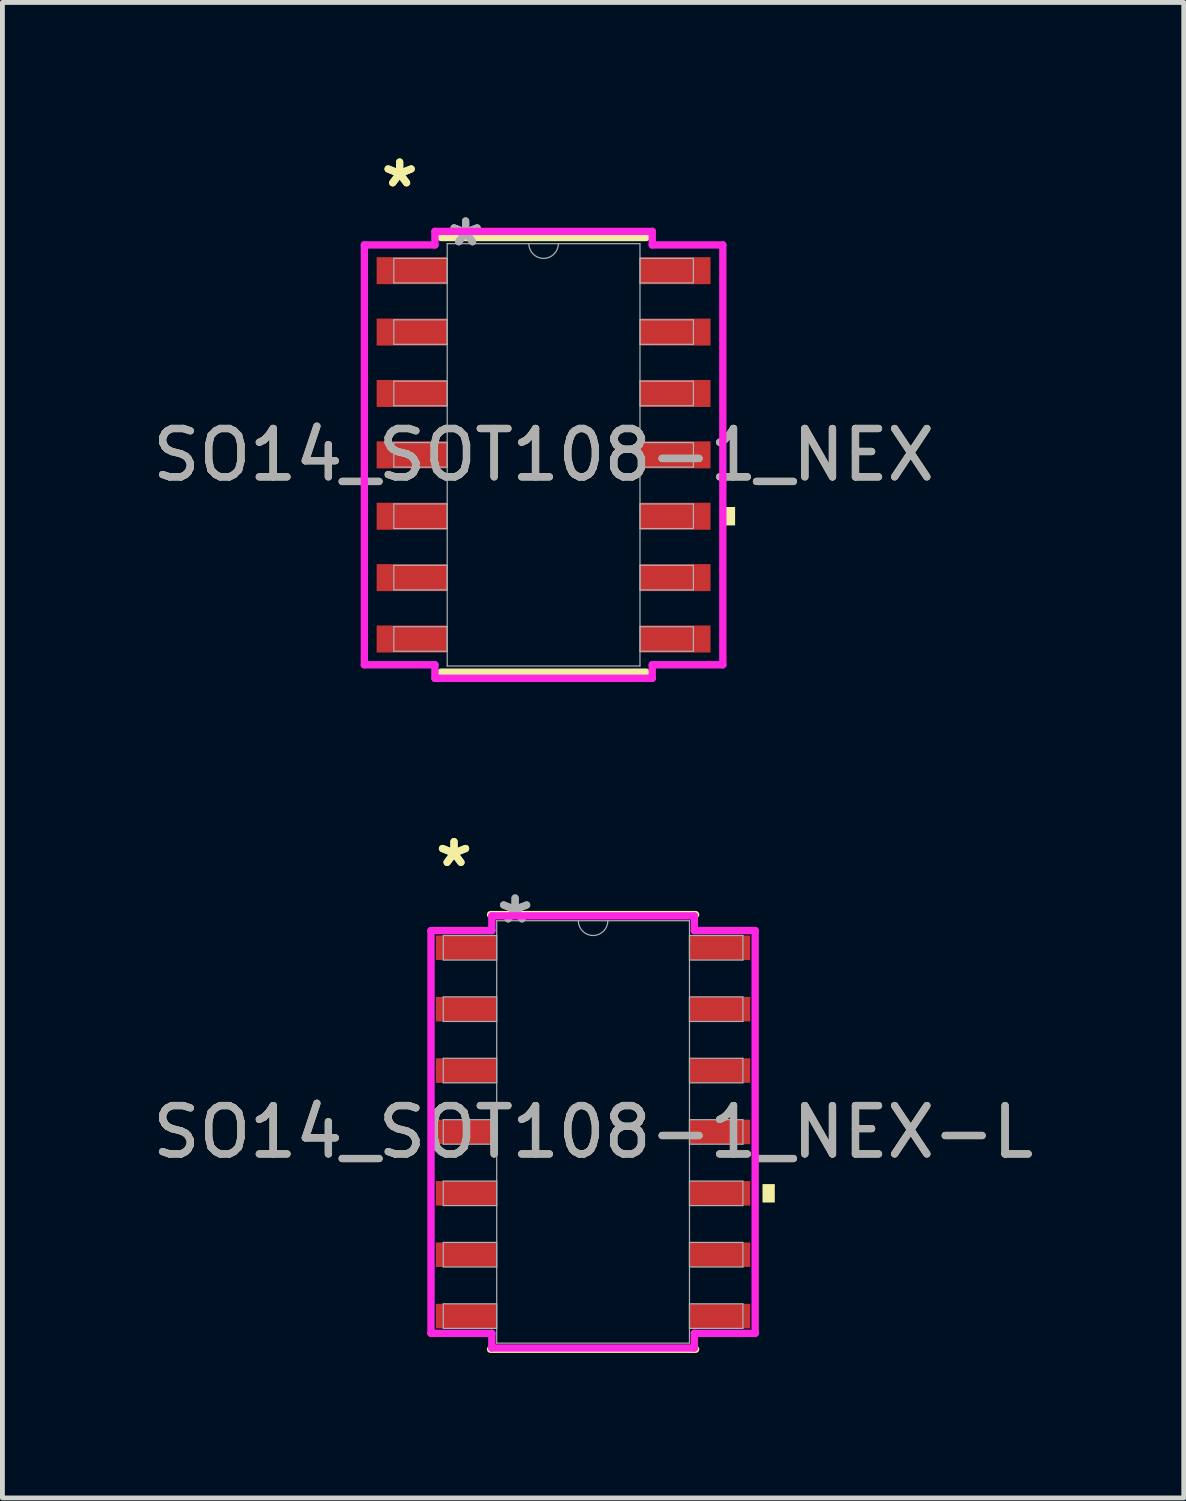
<source format=kicad_pcb>
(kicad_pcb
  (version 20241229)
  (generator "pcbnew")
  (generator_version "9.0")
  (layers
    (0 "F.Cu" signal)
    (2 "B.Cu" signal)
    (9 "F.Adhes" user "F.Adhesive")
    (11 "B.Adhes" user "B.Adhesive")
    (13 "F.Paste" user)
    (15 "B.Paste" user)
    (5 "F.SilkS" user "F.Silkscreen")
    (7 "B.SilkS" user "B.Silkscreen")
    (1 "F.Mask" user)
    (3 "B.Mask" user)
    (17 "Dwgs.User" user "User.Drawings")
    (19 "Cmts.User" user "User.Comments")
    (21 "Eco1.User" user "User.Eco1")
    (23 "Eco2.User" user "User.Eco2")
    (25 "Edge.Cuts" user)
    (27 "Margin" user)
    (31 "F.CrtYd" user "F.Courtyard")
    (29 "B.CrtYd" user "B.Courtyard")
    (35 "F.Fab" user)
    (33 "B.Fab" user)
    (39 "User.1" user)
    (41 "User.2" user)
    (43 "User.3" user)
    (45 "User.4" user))
  (footprint "SO14_SOT108-1_NEX"
    (layer "F.Cu")
    (at 8.196 6.36)
    (property "Reference" "SO14_SOT108-1_NEX" (at 0 0 0) (unlocked yes) (layer "F.SilkS") (effects (font (size 1 1) (thickness 0.15))))
    (attr smd)
    (fp_line (start -2.121 4.496) (end 2.121 4.496) (stroke (width 0.152) (type solid)) (layer "F.SilkS"))
    (fp_line (start 2.121 -4.496) (end -2.121 -4.496) (stroke (width 0.152) (type solid)) (layer "F.SilkS"))
    (fp_poly (pts (xy 3.962 1.079) (xy 3.962 1.46) (xy 3.708 1.46) (xy 3.708 1.079)) (stroke (width 0) (type solid)) (fill yes) (layer "F.SilkS"))
    (fp_line (start -3.708 -4.343) (end -2.248 -4.343) (stroke (width 0.152) (type solid)) (layer "F.CrtYd"))
    (fp_line (start -3.708 4.343) (end -3.708 -4.343) (stroke (width 0.152) (type solid)) (layer "F.CrtYd"))
    (fp_line (start -3.708 4.343) (end -2.248 4.343) (stroke (width 0.152) (type solid)) (layer "F.CrtYd"))
    (fp_line (start -2.248 -4.623) (end 2.248 -4.623) (stroke (width 0.152) (type solid)) (layer "F.CrtYd"))
    (fp_line (start -2.248 -4.343) (end -2.248 -4.623) (stroke (width 0.152) (type solid)) (layer "F.CrtYd"))
    (fp_line (start -2.248 4.623) (end -2.248 4.343) (stroke (width 0.152) (type solid)) (layer "F.CrtYd"))
    (fp_line (start 2.248 -4.623) (end 2.248 -4.343) (stroke (width 0.152) (type solid)) (layer "F.CrtYd"))
    (fp_line (start 2.248 4.343) (end 2.248 4.623) (stroke (width 0.152) (type solid)) (layer "F.CrtYd"))
    (fp_line (start 2.248 4.623) (end -2.248 4.623) (stroke (width 0.152) (type solid)) (layer "F.CrtYd"))
    (fp_line (start 3.708 -4.343) (end 2.248 -4.343) (stroke (width 0.152) (type solid)) (layer "F.CrtYd"))
    (fp_line (start 3.708 -4.343) (end 3.708 4.343) (stroke (width 0.152) (type solid)) (layer "F.CrtYd"))
    (fp_line (start 3.708 4.343) (end 2.248 4.343) (stroke (width 0.152) (type solid)) (layer "F.CrtYd"))
    (fp_line (start -3.099 -4.064) (end -3.099 -3.556) (stroke (width 0.025) (type solid)) (layer "F.Fab"))
    (fp_line (start -3.099 -3.556) (end -1.994 -3.556) (stroke (width 0.025) (type solid)) (layer "F.Fab"))
    (fp_line (start -3.099 -2.794) (end -3.099 -2.286) (stroke (width 0.025) (type solid)) (layer "F.Fab"))
    (fp_line (start -3.099 -2.286) (end -1.994 -2.286) (stroke (width 0.025) (type solid)) (layer "F.Fab"))
    (fp_line (start -3.099 -1.524) (end -3.099 -1.016) (stroke (width 0.025) (type solid)) (layer "F.Fab"))
    (fp_line (start -3.099 -1.016) (end -1.994 -1.016) (stroke (width 0.025) (type solid)) (layer "F.Fab"))
    (fp_line (start -3.099 -0.254) (end -3.099 0.254) (stroke (width 0.025) (type solid)) (layer "F.Fab"))
    (fp_line (start -3.099 0.254) (end -1.994 0.254) (stroke (width 0.025) (type solid)) (layer "F.Fab"))
    (fp_line (start -3.099 1.016) (end -3.099 1.524) (stroke (width 0.025) (type solid)) (layer "F.Fab"))
    (fp_line (start -3.099 1.524) (end -1.994 1.524) (stroke (width 0.025) (type solid)) (layer "F.Fab"))
    (fp_line (start -3.099 2.286) (end -3.099 2.794) (stroke (width 0.025) (type solid)) (layer "F.Fab"))
    (fp_line (start -3.099 2.794) (end -1.994 2.794) (stroke (width 0.025) (type solid)) (layer "F.Fab"))
    (fp_line (start -3.099 3.556) (end -3.099 4.064) (stroke (width 0.025) (type solid)) (layer "F.Fab"))
    (fp_line (start -3.099 4.064) (end -1.994 4.064) (stroke (width 0.025) (type solid)) (layer "F.Fab"))
    (fp_line (start -1.994 -4.369) (end -1.994 4.369) (stroke (width 0.025) (type solid)) (layer "F.Fab"))
    (fp_line (start -1.994 -4.064) (end -3.099 -4.064) (stroke (width 0.025) (type solid)) (layer "F.Fab"))
    (fp_line (start -1.994 -3.556) (end -1.994 -4.064) (stroke (width 0.025) (type solid)) (layer "F.Fab"))
    (fp_line (start -1.994 -2.794) (end -3.099 -2.794) (stroke (width 0.025) (type solid)) (layer "F.Fab"))
    (fp_line (start -1.994 -2.286) (end -1.994 -2.794) (stroke (width 0.025) (type solid)) (layer "F.Fab"))
    (fp_line (start -1.994 -1.524) (end -3.099 -1.524) (stroke (width 0.025) (type solid)) (layer "F.Fab"))
    (fp_line (start -1.994 -1.016) (end -1.994 -1.524) (stroke (width 0.025) (type solid)) (layer "F.Fab"))
    (fp_line (start -1.994 -0.254) (end -3.099 -0.254) (stroke (width 0.025) (type solid)) (layer "F.Fab"))
    (fp_line (start -1.994 0.254) (end -1.994 -0.254) (stroke (width 0.025) (type solid)) (layer "F.Fab"))
    (fp_line (start -1.994 1.016) (end -3.099 1.016) (stroke (width 0.025) (type solid)) (layer "F.Fab"))
    (fp_line (start -1.994 1.524) (end -1.994 1.016) (stroke (width 0.025) (type solid)) (layer "F.Fab"))
    (fp_line (start -1.994 2.286) (end -3.099 2.286) (stroke (width 0.025) (type solid)) (layer "F.Fab"))
    (fp_line (start -1.994 2.794) (end -1.994 2.286) (stroke (width 0.025) (type solid)) (layer "F.Fab"))
    (fp_line (start -1.994 3.556) (end -3.099 3.556) (stroke (width 0.025) (type solid)) (layer "F.Fab"))
    (fp_line (start -1.994 4.064) (end -1.994 3.556) (stroke (width 0.025) (type solid)) (layer "F.Fab"))
    (fp_line (start -1.994 4.369) (end 1.994 4.369) (stroke (width 0.025) (type solid)) (layer "F.Fab"))
    (fp_line (start 1.994 -4.369) (end -1.994 -4.369) (stroke (width 0.025) (type solid)) (layer "F.Fab"))
    (fp_line (start 1.994 -4.064) (end 1.994 -3.556) (stroke (width 0.025) (type solid)) (layer "F.Fab"))
    (fp_line (start 1.994 -3.556) (end 3.099 -3.556) (stroke (width 0.025) (type solid)) (layer "F.Fab"))
    (fp_line (start 1.994 -2.794) (end 1.994 -2.286) (stroke (width 0.025) (type solid)) (layer "F.Fab"))
    (fp_line (start 1.994 -2.286) (end 3.099 -2.286) (stroke (width 0.025) (type solid)) (layer "F.Fab"))
    (fp_line (start 1.994 -1.524) (end 1.994 -1.016) (stroke (width 0.025) (type solid)) (layer "F.Fab"))
    (fp_line (start 1.994 -1.016) (end 3.099 -1.016) (stroke (width 0.025) (type solid)) (layer "F.Fab"))
    (fp_line (start 1.994 -0.254) (end 1.994 0.254) (stroke (width 0.025) (type solid)) (layer "F.Fab"))
    (fp_line (start 1.994 0.254) (end 3.099 0.254) (stroke (width 0.025) (type solid)) (layer "F.Fab"))
    (fp_line (start 1.994 1.016) (end 1.994 1.524) (stroke (width 0.025) (type solid)) (layer "F.Fab"))
    (fp_line (start 1.994 1.524) (end 3.099 1.524) (stroke (width 0.025) (type solid)) (layer "F.Fab"))
    (fp_line (start 1.994 2.286) (end 1.994 2.794) (stroke (width 0.025) (type solid)) (layer "F.Fab"))
    (fp_line (start 1.994 2.794) (end 3.099 2.794) (stroke (width 0.025) (type solid)) (layer "F.Fab"))
    (fp_line (start 1.994 3.556) (end 1.994 4.064) (stroke (width 0.025) (type solid)) (layer "F.Fab"))
    (fp_line (start 1.994 4.064) (end 3.099 4.064) (stroke (width 0.025) (type solid)) (layer "F.Fab"))
    (fp_line (start 1.994 4.369) (end 1.994 -4.369) (stroke (width 0.025) (type solid)) (layer "F.Fab"))
    (fp_line (start 3.099 -4.064) (end 1.994 -4.064) (stroke (width 0.025) (type solid)) (layer "F.Fab"))
    (fp_line (start 3.099 -3.556) (end 3.099 -4.064) (stroke (width 0.025) (type solid)) (layer "F.Fab"))
    (fp_line (start 3.099 -2.794) (end 1.994 -2.794) (stroke (width 0.025) (type solid)) (layer "F.Fab"))
    (fp_line (start 3.099 -2.286) (end 3.099 -2.794) (stroke (width 0.025) (type solid)) (layer "F.Fab"))
    (fp_line (start 3.099 -1.524) (end 1.994 -1.524) (stroke (width 0.025) (type solid)) (layer "F.Fab"))
    (fp_line (start 3.099 -1.016) (end 3.099 -1.524) (stroke (width 0.025) (type solid)) (layer "F.Fab"))
    (fp_line (start 3.099 -0.254) (end 1.994 -0.254) (stroke (width 0.025) (type solid)) (layer "F.Fab"))
    (fp_line (start 3.099 0.254) (end 3.099 -0.254) (stroke (width 0.025) (type solid)) (layer "F.Fab"))
    (fp_line (start 3.099 1.016) (end 1.994 1.016) (stroke (width 0.025) (type solid)) (layer "F.Fab"))
    (fp_line (start 3.099 1.524) (end 3.099 1.016) (stroke (width 0.025) (type solid)) (layer "F.Fab"))
    (fp_line (start 3.099 2.286) (end 1.994 2.286) (stroke (width 0.025) (type solid)) (layer "F.Fab"))
    (fp_line (start 3.099 2.794) (end 3.099 2.286) (stroke (width 0.025) (type solid)) (layer "F.Fab"))
    (fp_line (start 3.099 3.556) (end 1.994 3.556) (stroke (width 0.025) (type solid)) (layer "F.Fab"))
    (fp_line (start 3.099 4.064) (end 3.099 3.556) (stroke (width 0.025) (type solid)) (layer "F.Fab"))
    (fp_arc (start 0.3048 -4.3688) (mid 0 -4.064) (end -0.3048 -4.3688) (stroke (width 0.0254) (type solid)) (layer "F.Fab"))
    (fp_text user "*" (at -2.978 -5.512 0) (layer "F.SilkS") (effects (font (size 1 1) (thickness 0.15))))
    (fp_text user "*" (at -2.978 -5.512 0) (unlocked yes) (layer "F.SilkS") (effects (font (size 1 1) (thickness 0.15))))
    (fp_text user "*" (at -1.613 -4.293 0) (unlocked yes) (layer "F.Fab") (effects (font (size 1 1) (thickness 0.15))))
    (fp_text user "${REFERENCE}" (at 0 0 0) (unlocked yes) (layer "F.Fab") (effects (font (size 1 1) (thickness 0.15))))
    (fp_text user "*" (at -1.613 -4.293 0) (layer "F.Fab") (effects (font (size 1 1) (thickness 0.15))))
    (pad "1" smd rect (at -2.724 -3.81) (size 1.46 0.559) (layers "F.Cu" "F.Mask" "F.Paste"))
    (pad "2" smd rect (at -2.724 -2.54) (size 1.46 0.559) (layers "F.Cu" "F.Mask" "F.Paste"))
    (pad "3" smd rect (at -2.724 -1.27) (size 1.46 0.559) (layers "F.Cu" "F.Mask" "F.Paste"))
    (pad "4" smd rect (at -2.724 0) (size 1.46 0.559) (layers "F.Cu" "F.Mask" "F.Paste"))
    (pad "5" smd rect (at -2.724 1.27) (size 1.46 0.559) (layers "F.Cu" "F.Mask" "F.Paste"))
    (pad "6" smd rect (at -2.724 2.54) (size 1.46 0.559) (layers "F.Cu" "F.Mask" "F.Paste"))
    (pad "7" smd rect (at -2.724 3.81) (size 1.46 0.559) (layers "F.Cu" "F.Mask" "F.Paste"))
    (pad "8" smd rect (at 2.724 3.81) (size 1.46 0.559) (layers "F.Cu" "F.Mask" "F.Paste"))
    (pad "9" smd rect (at 2.724 2.54) (size 1.46 0.559) (layers "F.Cu" "F.Mask" "F.Paste"))
    (pad "10" smd rect (at 2.724 1.27) (size 1.46 0.559) (layers "F.Cu" "F.Mask" "F.Paste"))
    (pad "11" smd rect (at 2.724 0) (size 1.46 0.559) (layers "F.Cu" "F.Mask" "F.Paste"))
    (pad "12" smd rect (at 2.724 -1.27) (size 1.46 0.559) (layers "F.Cu" "F.Mask" "F.Paste"))
    (pad "13" smd rect (at 2.724 -2.54) (size 1.46 0.559) (layers "F.Cu" "F.Mask" "F.Paste"))
    (pad "14" smd rect (at 2.724 -3.81) (size 1.46 0.559) (layers "F.Cu" "F.Mask" "F.Paste")))
  (footprint "SO14_SOT108-1_NEX-L"
    (layer "F.Cu")
    (at 9.22 20.368)
    (property "Reference" "SO14_SOT108-1_NEX-L" (at 0 0 0) (unlocked yes) (layer "F.SilkS") (effects (font (size 1 1) (thickness 0.15))))
    (attr smd)
    (fp_line (start -2.121 4.496) (end 2.121 4.496) (stroke (width 0.152) (type solid)) (layer "F.SilkS"))
    (fp_line (start 2.121 -4.496) (end -2.121 -4.496) (stroke (width 0.152) (type solid)) (layer "F.SilkS"))
    (fp_poly (pts (xy 3.759 1.079) (xy 3.759 1.46) (xy 3.505 1.46) (xy 3.505 1.079)) (stroke (width 0) (type solid)) (fill yes) (layer "F.SilkS"))
    (fp_line (start -3.353 -4.166) (end -2.095 -4.166) (stroke (width 0.152) (type solid)) (layer "F.CrtYd"))
    (fp_line (start -3.353 4.166) (end -3.353 -4.166) (stroke (width 0.152) (type solid)) (layer "F.CrtYd"))
    (fp_line (start -3.353 4.166) (end -2.095 4.166) (stroke (width 0.152) (type solid)) (layer "F.CrtYd"))
    (fp_line (start -2.095 -4.47) (end 2.095 -4.47) (stroke (width 0.152) (type solid)) (layer "F.CrtYd"))
    (fp_line (start -2.095 -4.166) (end -2.095 -4.47) (stroke (width 0.152) (type solid)) (layer "F.CrtYd"))
    (fp_line (start -2.095 4.47) (end -2.095 4.166) (stroke (width 0.152) (type solid)) (layer "F.CrtYd"))
    (fp_line (start 2.095 -4.47) (end 2.095 -4.166) (stroke (width 0.152) (type solid)) (layer "F.CrtYd"))
    (fp_line (start 2.095 4.166) (end 2.095 4.47) (stroke (width 0.152) (type solid)) (layer "F.CrtYd"))
    (fp_line (start 2.095 4.47) (end -2.095 4.47) (stroke (width 0.152) (type solid)) (layer "F.CrtYd"))
    (fp_line (start 3.353 -4.166) (end 2.095 -4.166) (stroke (width 0.152) (type solid)) (layer "F.CrtYd"))
    (fp_line (start 3.353 -4.166) (end 3.353 4.166) (stroke (width 0.152) (type solid)) (layer "F.CrtYd"))
    (fp_line (start 3.353 4.166) (end 2.095 4.166) (stroke (width 0.152) (type solid)) (layer "F.CrtYd"))
    (fp_line (start -3.099 -4.064) (end -3.099 -3.556) (stroke (width 0.025) (type solid)) (layer "F.Fab"))
    (fp_line (start -3.099 -3.556) (end -1.994 -3.556) (stroke (width 0.025) (type solid)) (layer "F.Fab"))
    (fp_line (start -3.099 -2.794) (end -3.099 -2.286) (stroke (width 0.025) (type solid)) (layer "F.Fab"))
    (fp_line (start -3.099 -2.286) (end -1.994 -2.286) (stroke (width 0.025) (type solid)) (layer "F.Fab"))
    (fp_line (start -3.099 -1.524) (end -3.099 -1.016) (stroke (width 0.025) (type solid)) (layer "F.Fab"))
    (fp_line (start -3.099 -1.016) (end -1.994 -1.016) (stroke (width 0.025) (type solid)) (layer "F.Fab"))
    (fp_line (start -3.099 -0.254) (end -3.099 0.254) (stroke (width 0.025) (type solid)) (layer "F.Fab"))
    (fp_line (start -3.099 0.254) (end -1.994 0.254) (stroke (width 0.025) (type solid)) (layer "F.Fab"))
    (fp_line (start -3.099 1.016) (end -3.099 1.524) (stroke (width 0.025) (type solid)) (layer "F.Fab"))
    (fp_line (start -3.099 1.524) (end -1.994 1.524) (stroke (width 0.025) (type solid)) (layer "F.Fab"))
    (fp_line (start -3.099 2.286) (end -3.099 2.794) (stroke (width 0.025) (type solid)) (layer "F.Fab"))
    (fp_line (start -3.099 2.794) (end -1.994 2.794) (stroke (width 0.025) (type solid)) (layer "F.Fab"))
    (fp_line (start -3.099 3.556) (end -3.099 4.064) (stroke (width 0.025) (type solid)) (layer "F.Fab"))
    (fp_line (start -3.099 4.064) (end -1.994 4.064) (stroke (width 0.025) (type solid)) (layer "F.Fab"))
    (fp_line (start -1.994 -4.369) (end -1.994 4.369) (stroke (width 0.025) (type solid)) (layer "F.Fab"))
    (fp_line (start -1.994 -4.064) (end -3.099 -4.064) (stroke (width 0.025) (type solid)) (layer "F.Fab"))
    (fp_line (start -1.994 -3.556) (end -1.994 -4.064) (stroke (width 0.025) (type solid)) (layer "F.Fab"))
    (fp_line (start -1.994 -2.794) (end -3.099 -2.794) (stroke (width 0.025) (type solid)) (layer "F.Fab"))
    (fp_line (start -1.994 -2.286) (end -1.994 -2.794) (stroke (width 0.025) (type solid)) (layer "F.Fab"))
    (fp_line (start -1.994 -1.524) (end -3.099 -1.524) (stroke (width 0.025) (type solid)) (layer "F.Fab"))
    (fp_line (start -1.994 -1.016) (end -1.994 -1.524) (stroke (width 0.025) (type solid)) (layer "F.Fab"))
    (fp_line (start -1.994 -0.254) (end -3.099 -0.254) (stroke (width 0.025) (type solid)) (layer "F.Fab"))
    (fp_line (start -1.994 0.254) (end -1.994 -0.254) (stroke (width 0.025) (type solid)) (layer "F.Fab"))
    (fp_line (start -1.994 1.016) (end -3.099 1.016) (stroke (width 0.025) (type solid)) (layer "F.Fab"))
    (fp_line (start -1.994 1.524) (end -1.994 1.016) (stroke (width 0.025) (type solid)) (layer "F.Fab"))
    (fp_line (start -1.994 2.286) (end -3.099 2.286) (stroke (width 0.025) (type solid)) (layer "F.Fab"))
    (fp_line (start -1.994 2.794) (end -1.994 2.286) (stroke (width 0.025) (type solid)) (layer "F.Fab"))
    (fp_line (start -1.994 3.556) (end -3.099 3.556) (stroke (width 0.025) (type solid)) (layer "F.Fab"))
    (fp_line (start -1.994 4.064) (end -1.994 3.556) (stroke (width 0.025) (type solid)) (layer "F.Fab"))
    (fp_line (start -1.994 4.369) (end 1.994 4.369) (stroke (width 0.025) (type solid)) (layer "F.Fab"))
    (fp_line (start 1.994 -4.369) (end -1.994 -4.369) (stroke (width 0.025) (type solid)) (layer "F.Fab"))
    (fp_line (start 1.994 -4.064) (end 1.994 -3.556) (stroke (width 0.025) (type solid)) (layer "F.Fab"))
    (fp_line (start 1.994 -3.556) (end 3.099 -3.556) (stroke (width 0.025) (type solid)) (layer "F.Fab"))
    (fp_line (start 1.994 -2.794) (end 1.994 -2.286) (stroke (width 0.025) (type solid)) (layer "F.Fab"))
    (fp_line (start 1.994 -2.286) (end 3.099 -2.286) (stroke (width 0.025) (type solid)) (layer "F.Fab"))
    (fp_line (start 1.994 -1.524) (end 1.994 -1.016) (stroke (width 0.025) (type solid)) (layer "F.Fab"))
    (fp_line (start 1.994 -1.016) (end 3.099 -1.016) (stroke (width 0.025) (type solid)) (layer "F.Fab"))
    (fp_line (start 1.994 -0.254) (end 1.994 0.254) (stroke (width 0.025) (type solid)) (layer "F.Fab"))
    (fp_line (start 1.994 0.254) (end 3.099 0.254) (stroke (width 0.025) (type solid)) (layer "F.Fab"))
    (fp_line (start 1.994 1.016) (end 1.994 1.524) (stroke (width 0.025) (type solid)) (layer "F.Fab"))
    (fp_line (start 1.994 1.524) (end 3.099 1.524) (stroke (width 0.025) (type solid)) (layer "F.Fab"))
    (fp_line (start 1.994 2.286) (end 1.994 2.794) (stroke (width 0.025) (type solid)) (layer "F.Fab"))
    (fp_line (start 1.994 2.794) (end 3.099 2.794) (stroke (width 0.025) (type solid)) (layer "F.Fab"))
    (fp_line (start 1.994 3.556) (end 1.994 4.064) (stroke (width 0.025) (type solid)) (layer "F.Fab"))
    (fp_line (start 1.994 4.064) (end 3.099 4.064) (stroke (width 0.025) (type solid)) (layer "F.Fab"))
    (fp_line (start 1.994 4.369) (end 1.994 -4.369) (stroke (width 0.025) (type solid)) (layer "F.Fab"))
    (fp_line (start 3.099 -4.064) (end 1.994 -4.064) (stroke (width 0.025) (type solid)) (layer "F.Fab"))
    (fp_line (start 3.099 -3.556) (end 3.099 -4.064) (stroke (width 0.025) (type solid)) (layer "F.Fab"))
    (fp_line (start 3.099 -2.794) (end 1.994 -2.794) (stroke (width 0.025) (type solid)) (layer "F.Fab"))
    (fp_line (start 3.099 -2.286) (end 3.099 -2.794) (stroke (width 0.025) (type solid)) (layer "F.Fab"))
    (fp_line (start 3.099 -1.524) (end 1.994 -1.524) (stroke (width 0.025) (type solid)) (layer "F.Fab"))
    (fp_line (start 3.099 -1.016) (end 3.099 -1.524) (stroke (width 0.025) (type solid)) (layer "F.Fab"))
    (fp_line (start 3.099 -0.254) (end 1.994 -0.254) (stroke (width 0.025) (type solid)) (layer "F.Fab"))
    (fp_line (start 3.099 0.254) (end 3.099 -0.254) (stroke (width 0.025) (type solid)) (layer "F.Fab"))
    (fp_line (start 3.099 1.016) (end 1.994 1.016) (stroke (width 0.025) (type solid)) (layer "F.Fab"))
    (fp_line (start 3.099 1.524) (end 3.099 1.016) (stroke (width 0.025) (type solid)) (layer "F.Fab"))
    (fp_line (start 3.099 2.286) (end 1.994 2.286) (stroke (width 0.025) (type solid)) (layer "F.Fab"))
    (fp_line (start 3.099 2.794) (end 3.099 2.286) (stroke (width 0.025) (type solid)) (layer "F.Fab"))
    (fp_line (start 3.099 3.556) (end 1.994 3.556) (stroke (width 0.025) (type solid)) (layer "F.Fab"))
    (fp_line (start 3.099 4.064) (end 3.099 3.556) (stroke (width 0.025) (type solid)) (layer "F.Fab"))
    (fp_arc (start 0.3048 -4.3688) (mid 0 -4.064) (end -0.3048 -4.3688) (stroke (width 0.0254) (type solid)) (layer "F.Fab"))
    (fp_text user "*" (at -2.877 -5.461 0) (layer "F.SilkS") (effects (font (size 1 1) (thickness 0.15))))
    (fp_text user "*" (at -2.877 -5.461 0) (unlocked yes) (layer "F.SilkS") (effects (font (size 1 1) (thickness 0.15))))
    (fp_text user "*" (at -1.613 -4.293 0) (layer "F.Fab") (effects (font (size 1 1) (thickness 0.15))))
    (fp_text user "${REFERENCE}" (at 0 0 0) (unlocked yes) (layer "F.Fab") (effects (font (size 1 1) (thickness 0.15))))
    (fp_text user "*" (at -1.613 -4.293 0) (unlocked yes) (layer "F.Fab") (effects (font (size 1 1) (thickness 0.15))))
    (pad "1" smd rect (at -2.623 -3.81) (size 1.257 0.508) (layers "F.Cu" "F.Mask" "F.Paste"))
    (pad "2" smd rect (at -2.623 -2.54) (size 1.257 0.508) (layers "F.Cu" "F.Mask" "F.Paste"))
    (pad "3" smd rect (at -2.623 -1.27) (size 1.257 0.508) (layers "F.Cu" "F.Mask" "F.Paste"))
    (pad "4" smd rect (at -2.623 0) (size 1.257 0.508) (layers "F.Cu" "F.Mask" "F.Paste"))
    (pad "5" smd rect (at -2.623 1.27) (size 1.257 0.508) (layers "F.Cu" "F.Mask" "F.Paste"))
    (pad "6" smd rect (at -2.623 2.54) (size 1.257 0.508) (layers "F.Cu" "F.Mask" "F.Paste"))
    (pad "7" smd rect (at -2.623 3.81) (size 1.257 0.508) (layers "F.Cu" "F.Mask" "F.Paste"))
    (pad "8" smd rect (at 2.623 3.81) (size 1.257 0.508) (layers "F.Cu" "F.Mask" "F.Paste"))
    (pad "9" smd rect (at 2.623 2.54) (size 1.257 0.508) (layers "F.Cu" "F.Mask" "F.Paste"))
    (pad "10" smd rect (at 2.623 1.27) (size 1.257 0.508) (layers "F.Cu" "F.Mask" "F.Paste"))
    (pad "11" smd rect (at 2.623 0) (size 1.257 0.508) (layers "F.Cu" "F.Mask" "F.Paste"))
    (pad "12" smd rect (at 2.623 -1.27) (size 1.257 0.508) (layers "F.Cu" "F.Mask" "F.Paste"))
    (pad "13" smd rect (at 2.623 -2.54) (size 1.257 0.508) (layers "F.Cu" "F.Mask" "F.Paste"))
    (pad "14" smd rect (at 2.623 -3.81) (size 1.257 0.508) (layers "F.Cu" "F.Mask" "F.Paste")))
  (gr_rect
    (start -3 -3)
    (end 21.44 27.94)
    (stroke (width 0.1) (type default))
    (fill no)
    (layer "Edge.Cuts")))
</source>
